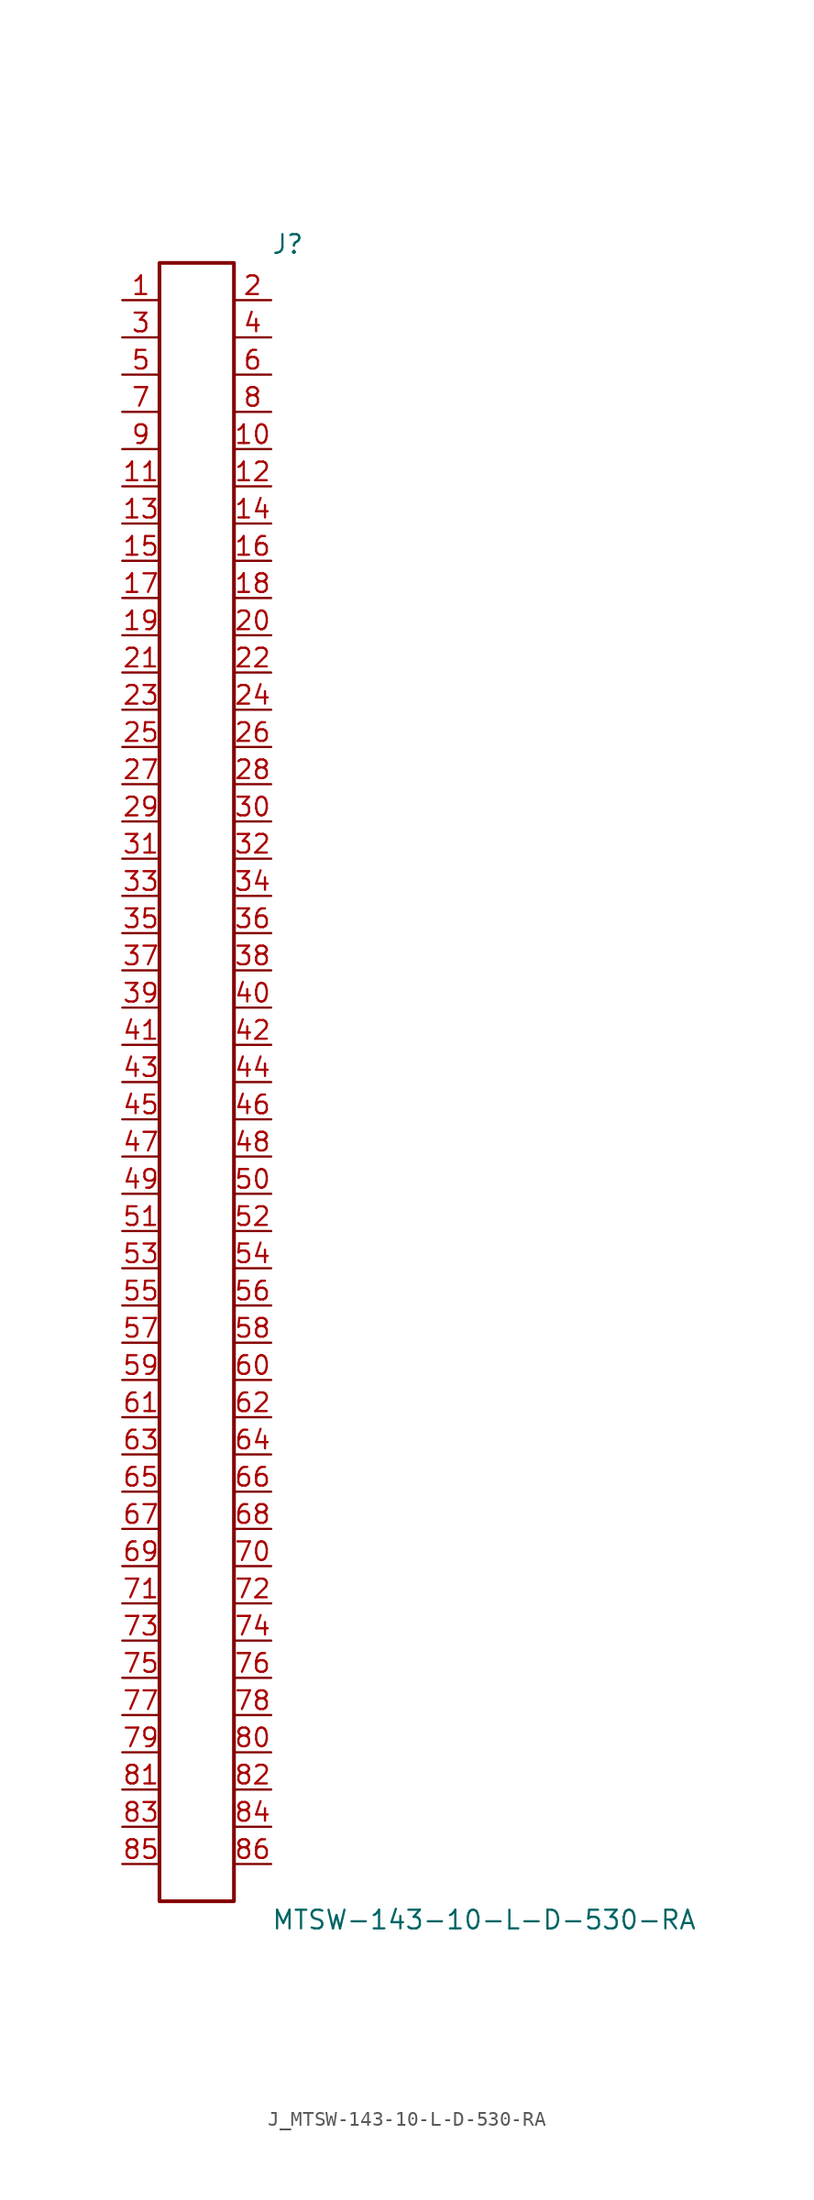
<source format=kicad_sym>
(kicad_symbol_lib
  (version 20231120)
  (generator kicad_symbol_editor)
  (generator_version 8.0)
  (symbol "J_MTSW-143-10-L-D-530-RA"
    (pin_names
      (offset 0.254))
    (property "Reference" "J"
      (at 5.08 57.15 0)
      (effects (font (size 1.27 1.27)) (justify left)))
    (property "Value" "MTSW-143-10-L-D-530-RA"
      (at 5.08 -57.15 0)
      (effects (font (size 1.27 1.27)) (justify left)))
    (symbol "J_MTSW-143-10-L-D-530-RA_0_0"
      (pin passive line (at -5.08 53.34 0) (length 2.54) (name "" (effects (font (size 1.27 1.27)))) (number "1" (effects (font (size 1.27 1.27)))))
      (pin passive line (at 5.08 53.34 180) (length 2.54) (name "" (effects (font (size 1.27 1.27)))) (number "2" (effects (font (size 1.27 1.27)))))
      (pin passive line (at -5.08 50.8 0) (length 2.54) (name "" (effects (font (size 1.27 1.27)))) (number "3" (effects (font (size 1.27 1.27)))))
      (pin passive line (at 5.08 50.8 180) (length 2.54) (name "" (effects (font (size 1.27 1.27)))) (number "4" (effects (font (size 1.27 1.27)))))
      (pin passive line (at -5.08 48.26 0) (length 2.54) (name "" (effects (font (size 1.27 1.27)))) (number "5" (effects (font (size 1.27 1.27)))))
      (pin passive line (at 5.08 48.26 180) (length 2.54) (name "" (effects (font (size 1.27 1.27)))) (number "6" (effects (font (size 1.27 1.27)))))
      (pin passive line (at -5.08 45.72 0) (length 2.54) (name "" (effects (font (size 1.27 1.27)))) (number "7" (effects (font (size 1.27 1.27)))))
      (pin passive line (at 5.08 45.72 180) (length 2.54) (name "" (effects (font (size 1.27 1.27)))) (number "8" (effects (font (size 1.27 1.27)))))
      (pin passive line (at -5.08 43.18 0) (length 2.54) (name "" (effects (font (size 1.27 1.27)))) (number "9" (effects (font (size 1.27 1.27)))))
      (pin passive line (at 5.08 43.18 180) (length 2.54) (name "" (effects (font (size 1.27 1.27)))) (number "10" (effects (font (size 1.27 1.27)))))
      (pin passive line (at -5.08 40.64 0) (length 2.54) (name "" (effects (font (size 1.27 1.27)))) (number "11" (effects (font (size 1.27 1.27)))))
      (pin passive line (at 5.08 40.64 180) (length 2.54) (name "" (effects (font (size 1.27 1.27)))) (number "12" (effects (font (size 1.27 1.27)))))
      (pin passive line (at -5.08 38.1 0) (length 2.54) (name "" (effects (font (size 1.27 1.27)))) (number "13" (effects (font (size 1.27 1.27)))))
      (pin passive line (at 5.08 38.1 180) (length 2.54) (name "" (effects (font (size 1.27 1.27)))) (number "14" (effects (font (size 1.27 1.27)))))
      (pin passive line (at -5.08 35.56 0) (length 2.54) (name "" (effects (font (size 1.27 1.27)))) (number "15" (effects (font (size 1.27 1.27)))))
      (pin passive line (at 5.08 35.56 180) (length 2.54) (name "" (effects (font (size 1.27 1.27)))) (number "16" (effects (font (size 1.27 1.27)))))
      (pin passive line (at -5.08 33.02 0) (length 2.54) (name "" (effects (font (size 1.27 1.27)))) (number "17" (effects (font (size 1.27 1.27)))))
      (pin passive line (at 5.08 33.02 180) (length 2.54) (name "" (effects (font (size 1.27 1.27)))) (number "18" (effects (font (size 1.27 1.27)))))
      (pin passive line (at -5.08 30.48 0) (length 2.54) (name "" (effects (font (size 1.27 1.27)))) (number "19" (effects (font (size 1.27 1.27)))))
      (pin passive line (at 5.08 30.48 180) (length 2.54) (name "" (effects (font (size 1.27 1.27)))) (number "20" (effects (font (size 1.27 1.27)))))
      (pin passive line (at -5.08 27.94 0) (length 2.54) (name "" (effects (font (size 1.27 1.27)))) (number "21" (effects (font (size 1.27 1.27)))))
      (pin passive line (at 5.08 27.94 180) (length 2.54) (name "" (effects (font (size 1.27 1.27)))) (number "22" (effects (font (size 1.27 1.27)))))
      (pin passive line (at -5.08 25.4 0) (length 2.54) (name "" (effects (font (size 1.27 1.27)))) (number "23" (effects (font (size 1.27 1.27)))))
      (pin passive line (at 5.08 25.4 180) (length 2.54) (name "" (effects (font (size 1.27 1.27)))) (number "24" (effects (font (size 1.27 1.27)))))
      (pin passive line (at -5.08 22.86 0) (length 2.54) (name "" (effects (font (size 1.27 1.27)))) (number "25" (effects (font (size 1.27 1.27)))))
      (pin passive line (at 5.08 22.86 180) (length 2.54) (name "" (effects (font (size 1.27 1.27)))) (number "26" (effects (font (size 1.27 1.27)))))
      (pin passive line (at -5.08 20.32 0) (length 2.54) (name "" (effects (font (size 1.27 1.27)))) (number "27" (effects (font (size 1.27 1.27)))))
      (pin passive line (at 5.08 20.32 180) (length 2.54) (name "" (effects (font (size 1.27 1.27)))) (number "28" (effects (font (size 1.27 1.27)))))
      (pin passive line (at -5.08 17.78 0) (length 2.54) (name "" (effects (font (size 1.27 1.27)))) (number "29" (effects (font (size 1.27 1.27)))))
      (pin passive line (at 5.08 17.78 180) (length 2.54) (name "" (effects (font (size 1.27 1.27)))) (number "30" (effects (font (size 1.27 1.27)))))
      (pin passive line (at -5.08 15.24 0) (length 2.54) (name "" (effects (font (size 1.27 1.27)))) (number "31" (effects (font (size 1.27 1.27)))))
      (pin passive line (at 5.08 15.24 180) (length 2.54) (name "" (effects (font (size 1.27 1.27)))) (number "32" (effects (font (size 1.27 1.27)))))
      (pin passive line (at -5.08 12.7 0) (length 2.54) (name "" (effects (font (size 1.27 1.27)))) (number "33" (effects (font (size 1.27 1.27)))))
      (pin passive line (at 5.08 12.7 180) (length 2.54) (name "" (effects (font (size 1.27 1.27)))) (number "34" (effects (font (size 1.27 1.27)))))
      (pin passive line (at -5.08 10.16 0) (length 2.54) (name "" (effects (font (size 1.27 1.27)))) (number "35" (effects (font (size 1.27 1.27)))))
      (pin passive line (at 5.08 10.16 180) (length 2.54) (name "" (effects (font (size 1.27 1.27)))) (number "36" (effects (font (size 1.27 1.27)))))
      (pin passive line (at -5.08 7.62 0) (length 2.54) (name "" (effects (font (size 1.27 1.27)))) (number "37" (effects (font (size 1.27 1.27)))))
      (pin passive line (at 5.08 7.62 180) (length 2.54) (name "" (effects (font (size 1.27 1.27)))) (number "38" (effects (font (size 1.27 1.27)))))
      (pin passive line (at -5.08 5.08 0) (length 2.54) (name "" (effects (font (size 1.27 1.27)))) (number "39" (effects (font (size 1.27 1.27)))))
      (pin passive line (at 5.08 5.08 180) (length 2.54) (name "" (effects (font (size 1.27 1.27)))) (number "40" (effects (font (size 1.27 1.27)))))
      (pin passive line (at -5.08 2.54 0) (length 2.54) (name "" (effects (font (size 1.27 1.27)))) (number "41" (effects (font (size 1.27 1.27)))))
      (pin passive line (at 5.08 2.54 180) (length 2.54) (name "" (effects (font (size 1.27 1.27)))) (number "42" (effects (font (size 1.27 1.27)))))
      (pin passive line (at -5.08 0.0 0) (length 2.54) (name "" (effects (font (size 1.27 1.27)))) (number "43" (effects (font (size 1.27 1.27)))))
      (pin passive line (at 5.08 0.0 180) (length 2.54) (name "" (effects (font (size 1.27 1.27)))) (number "44" (effects (font (size 1.27 1.27)))))
      (pin passive line (at -5.08 -2.54 0) (length 2.54) (name "" (effects (font (size 1.27 1.27)))) (number "45" (effects (font (size 1.27 1.27)))))
      (pin passive line (at 5.08 -2.54 180) (length 2.54) (name "" (effects (font (size 1.27 1.27)))) (number "46" (effects (font (size 1.27 1.27)))))
      (pin passive line (at -5.08 -5.08 0) (length 2.54) (name "" (effects (font (size 1.27 1.27)))) (number "47" (effects (font (size 1.27 1.27)))))
      (pin passive line (at 5.08 -5.08 180) (length 2.54) (name "" (effects (font (size 1.27 1.27)))) (number "48" (effects (font (size 1.27 1.27)))))
      (pin passive line (at -5.08 -7.62 0) (length 2.54) (name "" (effects (font (size 1.27 1.27)))) (number "49" (effects (font (size 1.27 1.27)))))
      (pin passive line (at 5.08 -7.62 180) (length 2.54) (name "" (effects (font (size 1.27 1.27)))) (number "50" (effects (font (size 1.27 1.27)))))
      (pin passive line (at -5.08 -10.16 0) (length 2.54) (name "" (effects (font (size 1.27 1.27)))) (number "51" (effects (font (size 1.27 1.27)))))
      (pin passive line (at 5.08 -10.16 180) (length 2.54) (name "" (effects (font (size 1.27 1.27)))) (number "52" (effects (font (size 1.27 1.27)))))
      (pin passive line (at -5.08 -12.7 0) (length 2.54) (name "" (effects (font (size 1.27 1.27)))) (number "53" (effects (font (size 1.27 1.27)))))
      (pin passive line (at 5.08 -12.7 180) (length 2.54) (name "" (effects (font (size 1.27 1.27)))) (number "54" (effects (font (size 1.27 1.27)))))
      (pin passive line (at -5.08 -15.24 0) (length 2.54) (name "" (effects (font (size 1.27 1.27)))) (number "55" (effects (font (size 1.27 1.27)))))
      (pin passive line (at 5.08 -15.24 180) (length 2.54) (name "" (effects (font (size 1.27 1.27)))) (number "56" (effects (font (size 1.27 1.27)))))
      (pin passive line (at -5.08 -17.78 0) (length 2.54) (name "" (effects (font (size 1.27 1.27)))) (number "57" (effects (font (size 1.27 1.27)))))
      (pin passive line (at 5.08 -17.78 180) (length 2.54) (name "" (effects (font (size 1.27 1.27)))) (number "58" (effects (font (size 1.27 1.27)))))
      (pin passive line (at -5.08 -20.32 0) (length 2.54) (name "" (effects (font (size 1.27 1.27)))) (number "59" (effects (font (size 1.27 1.27)))))
      (pin passive line (at 5.08 -20.32 180) (length 2.54) (name "" (effects (font (size 1.27 1.27)))) (number "60" (effects (font (size 1.27 1.27)))))
      (pin passive line (at -5.08 -22.86 0) (length 2.54) (name "" (effects (font (size 1.27 1.27)))) (number "61" (effects (font (size 1.27 1.27)))))
      (pin passive line (at 5.08 -22.86 180) (length 2.54) (name "" (effects (font (size 1.27 1.27)))) (number "62" (effects (font (size 1.27 1.27)))))
      (pin passive line (at -5.08 -25.4 0) (length 2.54) (name "" (effects (font (size 1.27 1.27)))) (number "63" (effects (font (size 1.27 1.27)))))
      (pin passive line (at 5.08 -25.4 180) (length 2.54) (name "" (effects (font (size 1.27 1.27)))) (number "64" (effects (font (size 1.27 1.27)))))
      (pin passive line (at -5.08 -27.94 0) (length 2.54) (name "" (effects (font (size 1.27 1.27)))) (number "65" (effects (font (size 1.27 1.27)))))
      (pin passive line (at 5.08 -27.94 180) (length 2.54) (name "" (effects (font (size 1.27 1.27)))) (number "66" (effects (font (size 1.27 1.27)))))
      (pin passive line (at -5.08 -30.48 0) (length 2.54) (name "" (effects (font (size 1.27 1.27)))) (number "67" (effects (font (size 1.27 1.27)))))
      (pin passive line (at 5.08 -30.48 180) (length 2.54) (name "" (effects (font (size 1.27 1.27)))) (number "68" (effects (font (size 1.27 1.27)))))
      (pin passive line (at -5.08 -33.02 0) (length 2.54) (name "" (effects (font (size 1.27 1.27)))) (number "69" (effects (font (size 1.27 1.27)))))
      (pin passive line (at 5.08 -33.02 180) (length 2.54) (name "" (effects (font (size 1.27 1.27)))) (number "70" (effects (font (size 1.27 1.27)))))
      (pin passive line (at -5.08 -35.56 0) (length 2.54) (name "" (effects (font (size 1.27 1.27)))) (number "71" (effects (font (size 1.27 1.27)))))
      (pin passive line (at 5.08 -35.56 180) (length 2.54) (name "" (effects (font (size 1.27 1.27)))) (number "72" (effects (font (size 1.27 1.27)))))
      (pin passive line (at -5.08 -38.1 0) (length 2.54) (name "" (effects (font (size 1.27 1.27)))) (number "73" (effects (font (size 1.27 1.27)))))
      (pin passive line (at 5.08 -38.1 180) (length 2.54) (name "" (effects (font (size 1.27 1.27)))) (number "74" (effects (font (size 1.27 1.27)))))
      (pin passive line (at -5.08 -40.64 0) (length 2.54) (name "" (effects (font (size 1.27 1.27)))) (number "75" (effects (font (size 1.27 1.27)))))
      (pin passive line (at 5.08 -40.64 180) (length 2.54) (name "" (effects (font (size 1.27 1.27)))) (number "76" (effects (font (size 1.27 1.27)))))
      (pin passive line (at -5.08 -43.18 0) (length 2.54) (name "" (effects (font (size 1.27 1.27)))) (number "77" (effects (font (size 1.27 1.27)))))
      (pin passive line (at 5.08 -43.18 180) (length 2.54) (name "" (effects (font (size 1.27 1.27)))) (number "78" (effects (font (size 1.27 1.27)))))
      (pin passive line (at -5.08 -45.72 0) (length 2.54) (name "" (effects (font (size 1.27 1.27)))) (number "79" (effects (font (size 1.27 1.27)))))
      (pin passive line (at 5.08 -45.72 180) (length 2.54) (name "" (effects (font (size 1.27 1.27)))) (number "80" (effects (font (size 1.27 1.27)))))
      (pin passive line (at -5.08 -48.26 0) (length 2.54) (name "" (effects (font (size 1.27 1.27)))) (number "81" (effects (font (size 1.27 1.27)))))
      (pin passive line (at 5.08 -48.26 180) (length 2.54) (name "" (effects (font (size 1.27 1.27)))) (number "82" (effects (font (size 1.27 1.27)))))
      (pin passive line (at -5.08 -50.8 0) (length 2.54) (name "" (effects (font (size 1.27 1.27)))) (number "83" (effects (font (size 1.27 1.27)))))
      (pin passive line (at 5.08 -50.8 180) (length 2.54) (name "" (effects (font (size 1.27 1.27)))) (number "84" (effects (font (size 1.27 1.27)))))
      (pin passive line (at -5.08 -53.34 0) (length 2.54) (name "" (effects (font (size 1.27 1.27)))) (number "85" (effects (font (size 1.27 1.27)))))
      (pin passive line (at 5.08 -53.34 180) (length 2.54) (name "" (effects (font (size 1.27 1.27)))) (number "86" (effects (font (size 1.27 1.27))))))
    (symbol "J_MTSW-143-10-L-D-530-RA_1_0"
      (rectangle (start -2.54 55.88) (end 2.54 -55.88) (stroke (width 0.254) (type solid)) (fill (type none))))))
</source>
